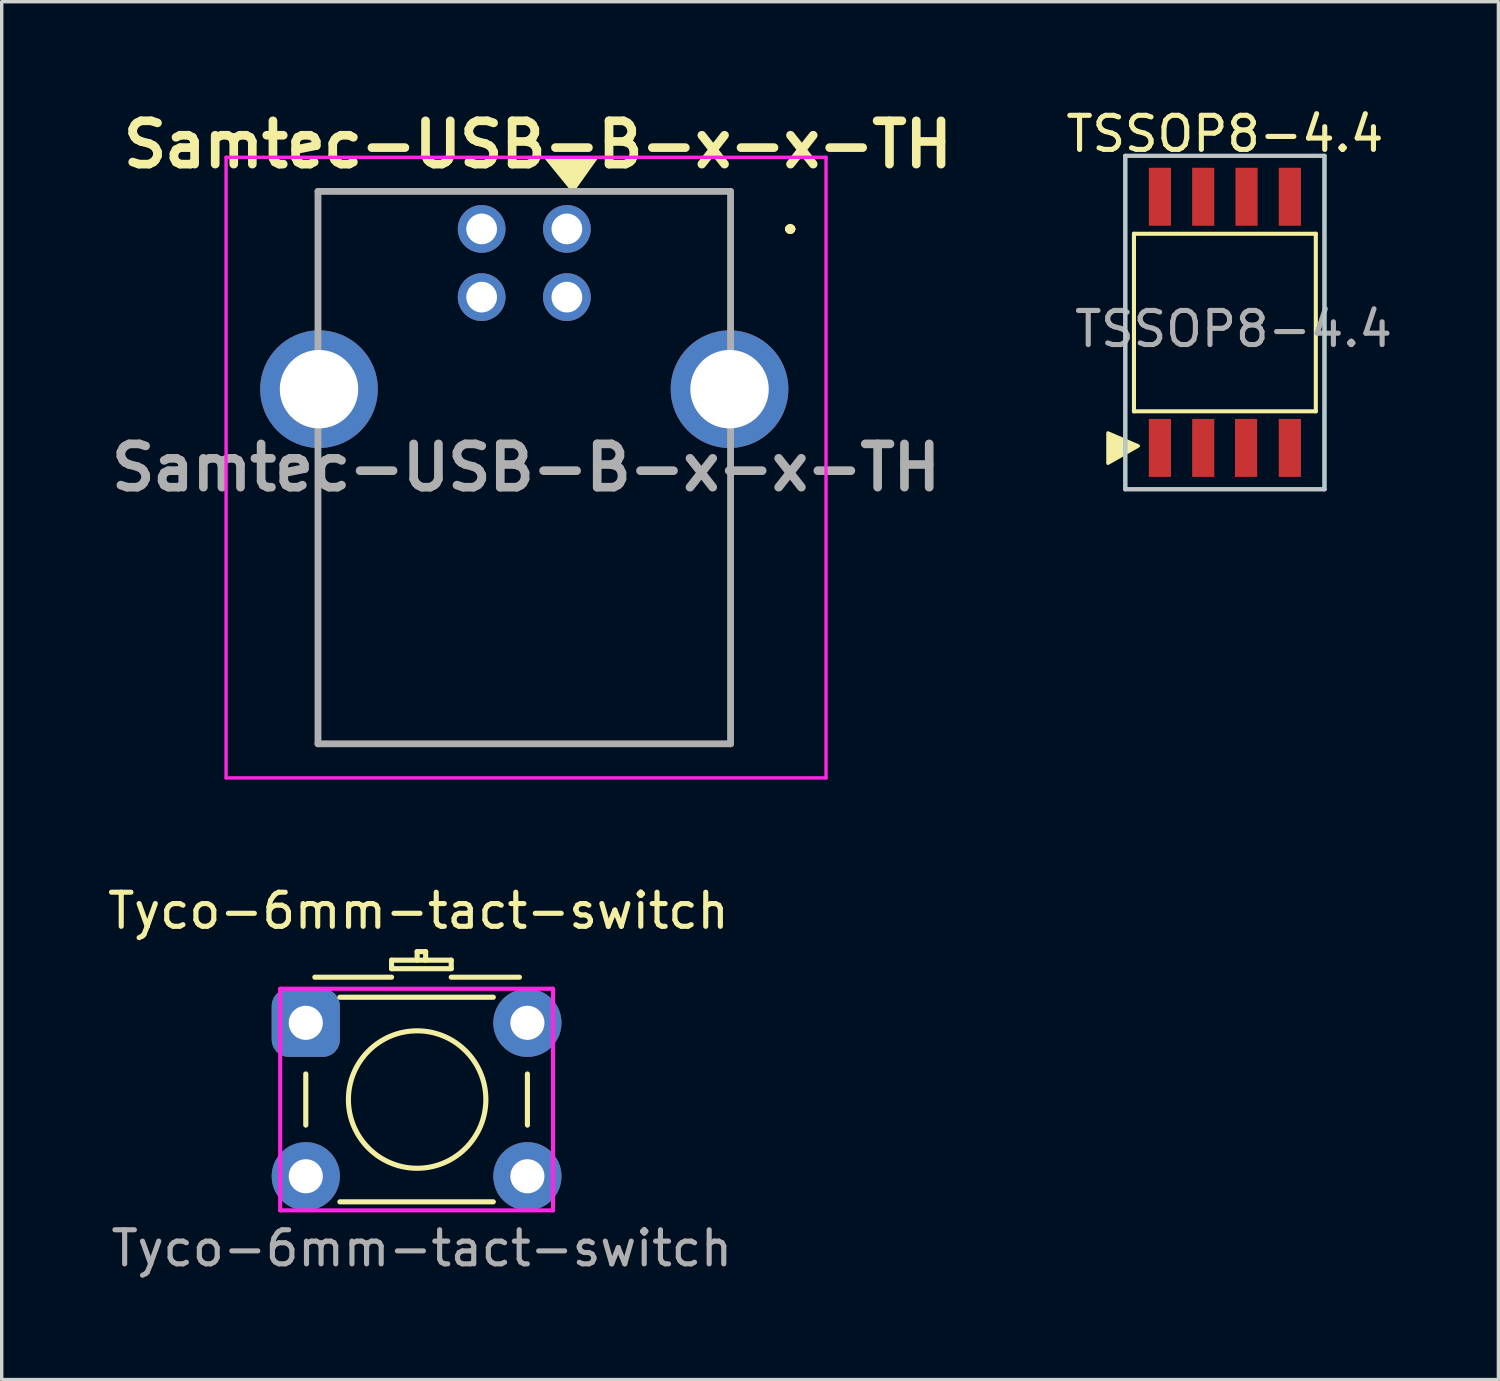
<source format=kicad_pcb>
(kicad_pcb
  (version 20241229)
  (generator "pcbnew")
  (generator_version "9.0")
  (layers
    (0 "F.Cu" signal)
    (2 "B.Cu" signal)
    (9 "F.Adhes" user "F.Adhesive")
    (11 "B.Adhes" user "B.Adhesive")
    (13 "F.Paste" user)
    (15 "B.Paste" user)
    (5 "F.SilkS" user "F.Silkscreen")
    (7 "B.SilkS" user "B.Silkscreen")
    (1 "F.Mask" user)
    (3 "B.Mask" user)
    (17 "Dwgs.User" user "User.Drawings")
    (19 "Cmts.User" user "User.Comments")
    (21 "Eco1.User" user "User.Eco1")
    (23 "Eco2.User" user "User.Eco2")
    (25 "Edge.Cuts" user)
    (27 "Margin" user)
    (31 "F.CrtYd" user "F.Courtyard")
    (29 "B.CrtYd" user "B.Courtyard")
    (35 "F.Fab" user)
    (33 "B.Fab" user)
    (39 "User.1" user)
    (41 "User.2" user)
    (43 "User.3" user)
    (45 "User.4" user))
  (footprint "Tyco-6mm-tact-switch"
    (layer "F.Cu")
    (at 9.22 29.162)
    (property "Reference" "Tyco-6mm-tact-switch" (at 0 -5.5 180) (layer "F.SilkS") (effects (font (size 1 1) (thickness 0.15))))
    (attr through_hole)
    (fp_line (start -3.302 0.786) (end -3.302 -0.714) (stroke (width 0.15) (type solid)) (layer "F.SilkS"))
    (fp_line (start -3.036 -3.552) (end -0.786 -3.552) (stroke (width 0.15) (type solid)) (layer "F.SilkS"))
    (fp_line (start -2.302 -2.964) (end 2.198 -2.964) (stroke (width 0.15) (type solid)) (layer "F.SilkS"))
    (fp_line (start -2.302 3.036) (end 2.198 3.036) (stroke (width 0.15) (type solid)) (layer "F.SilkS"))
    (fp_line (start -0.786 -4.052) (end -0.786 -3.802) (stroke (width 0.15) (type solid)) (layer "F.SilkS"))
    (fp_line (start -0.786 -4.052) (end 0.964 -4.052) (stroke (width 0.15) (type solid)) (layer "F.SilkS"))
    (fp_line (start -0.786 -3.802) (end 0.964 -3.802) (stroke (width 0.15) (type solid)) (layer "F.SilkS"))
    (fp_line (start -0.036 -4.302) (end 0.214 -4.302) (stroke (width 0.15) (type solid)) (layer "F.SilkS"))
    (fp_line (start -0.036 -4.052) (end -0.036 -4.302) (stroke (width 0.15) (type solid)) (layer "F.SilkS"))
    (fp_line (start 0.214 -4.302) (end 0.214 -4.052) (stroke (width 0.15) (type solid)) (layer "F.SilkS"))
    (fp_line (start 0.964 -3.802) (end 0.964 -4.052) (stroke (width 0.15) (type solid)) (layer "F.SilkS"))
    (fp_line (start 0.964 -3.552) (end 2.964 -3.552) (stroke (width 0.15) (type solid)) (layer "F.SilkS"))
    (fp_line (start 3.198 0.786) (end 3.198 -0.714) (stroke (width 0.15) (type solid)) (layer "F.SilkS"))
    (fp_circle (center -0.036 0.036) (end -2.036 -0.214) (stroke (width 0.15) (type solid)) (fill no) (layer "F.SilkS"))
    (fp_line (start -4.052 -3.214) (end 3.948 -3.214) (stroke (width 0.12) (type solid)) (layer "F.CrtYd"))
    (fp_line (start -4.052 -2.964) (end -4.052 -3.214) (stroke (width 0.12) (type solid)) (layer "F.CrtYd"))
    (fp_line (start -4.052 3.286) (end -4.052 -2.964) (stroke (width 0.12) (type solid)) (layer "F.CrtYd"))
    (fp_line (start 3.948 -3.214) (end 3.948 3.286) (stroke (width 0.12) (type solid)) (layer "F.CrtYd"))
    (fp_line (start 3.948 3.286) (end -4.052 3.286) (stroke (width 0.12) (type solid)) (layer "F.CrtYd"))
    (fp_text user "${REFERENCE}" (at 0.1 4.4 180) (layer "F.Fab") (effects (font (size 1 1) (thickness 0.15))))
    (pad "1" thru_hole roundrect (at -3.302 -2.214 180) (size 2 2) (drill 1) (layers "*.Cu" "*.Mask") (roundrect_rratio 0.25))
    (pad "2" thru_hole circle (at 3.198 -2.214 180) (size 2 2) (drill 1) (layers "*.Cu" "*.Mask"))
    (pad "3" thru_hole circle (at -3.302 2.286 180) (size 2 2) (drill 1) (layers "*.Cu" "*.Mask"))
    (pad "4" thru_hole circle (at 3.198 2.286 180) (size 2 2) (drill 1) (layers "*.Cu" "*.Mask")))
  (footprint "Samtec-USB-B-x-x-TH"
    (layer "F.Cu")
    (at 13.576 3.664)
    (property "Reference" "Samtec-USB-B-x-x-TH" (at -0.85 -2.475 0) (layer "F.SilkS") (effects (font (size 1.27 1.27) (thickness 0.254))))
    (attr through_hole)
    (fp_line (start -7.3 -1.1) (end -7.3 -1.1) (stroke (width 0.1) (type solid)) (layer "F.SilkS"))
    (fp_line (start -7.3 -1.1) (end -7.3 -1.1) (stroke (width 0.1) (type solid)) (layer "F.SilkS"))
    (fp_line (start -7.3 -1.1) (end -7.3 2.25) (stroke (width 0.1) (type solid)) (layer "F.SilkS"))
    (fp_line (start -7.3 -1.1) (end 4.8 -1.1) (stroke (width 0.1) (type solid)) (layer "F.SilkS"))
    (fp_line (start -7.3 2.25) (end -7.3 -1.1) (stroke (width 0.1) (type solid)) (layer "F.SilkS"))
    (fp_line (start -7.3 2.25) (end -7.3 2.25) (stroke (width 0.1) (type solid)) (layer "F.SilkS"))
    (fp_line (start -7.3 7) (end -7.3 7) (stroke (width 0.1) (type solid)) (layer "F.SilkS"))
    (fp_line (start -7.3 7) (end -7.3 15.1) (stroke (width 0.1) (type solid)) (layer "F.SilkS"))
    (fp_line (start -7.3 15.1) (end -7.3 7) (stroke (width 0.1) (type solid)) (layer "F.SilkS"))
    (fp_line (start -7.3 15.1) (end -7.3 15.1) (stroke (width 0.1) (type solid)) (layer "F.SilkS"))
    (fp_line (start -7.3 15.1) (end -7.3 15.1) (stroke (width 0.1) (type solid)) (layer "F.SilkS"))
    (fp_line (start -7.3 15.1) (end 4.8 15.1) (stroke (width 0.1) (type solid)) (layer "F.SilkS"))
    (fp_line (start 4.8 -1.1) (end -7.3 -1.1) (stroke (width 0.1) (type solid)) (layer "F.SilkS"))
    (fp_line (start 4.8 -1.1) (end 4.8 -1.1) (stroke (width 0.1) (type solid)) (layer "F.SilkS"))
    (fp_line (start 4.8 -1.1) (end 4.8 -1.1) (stroke (width 0.1) (type solid)) (layer "F.SilkS"))
    (fp_line (start 4.8 -1.1) (end 4.8 2.25) (stroke (width 0.1) (type solid)) (layer "F.SilkS"))
    (fp_line (start 4.8 2.25) (end 4.8 -1.1) (stroke (width 0.1) (type solid)) (layer "F.SilkS"))
    (fp_line (start 4.8 2.25) (end 4.8 2.25) (stroke (width 0.1) (type solid)) (layer "F.SilkS"))
    (fp_line (start 4.8 7) (end 4.8 7) (stroke (width 0.1) (type solid)) (layer "F.SilkS"))
    (fp_line (start 4.8 7) (end 4.8 15.1) (stroke (width 0.1) (type solid)) (layer "F.SilkS"))
    (fp_line (start 4.8 15.1) (end -7.3 15.1) (stroke (width 0.1) (type solid)) (layer "F.SilkS"))
    (fp_line (start 4.8 15.1) (end 4.8 7) (stroke (width 0.1) (type solid)) (layer "F.SilkS"))
    (fp_line (start 4.8 15.1) (end 4.8 15.1) (stroke (width 0.1) (type solid)) (layer "F.SilkS"))
    (fp_line (start 4.8 15.1) (end 4.8 15.1) (stroke (width 0.1) (type solid)) (layer "F.SilkS"))
    (fp_line (start 6.5 0) (end 6.5 0) (stroke (width 0.2) (type solid)) (layer "F.SilkS"))
    (fp_line (start 6.5 0) (end 6.5 0) (stroke (width 0.2) (type solid)) (layer "F.SilkS"))
    (fp_line (start 6.6 0) (end 6.6 0) (stroke (width 0.2) (type solid)) (layer "F.SilkS"))
    (fp_arc (start 6.5 0) (mid 6.55 -0.05) (end 6.6 0) (stroke (width 0.2) (type solid)) (layer "F.SilkS"))
    (fp_arc (start 6.6 0) (mid 6.55 0.05) (end 6.5 0) (stroke (width 0.2) (type solid)) (layer "F.SilkS"))
    (fp_arc (start 6.6 0) (mid 6.55 0.05) (end 6.5 0) (stroke (width 0.2) (type solid)) (layer "F.SilkS"))
    (fp_poly (pts (xy 0.175 -1.125) (xy -0.6 -2.075) (xy 0.85 -2.075)) (stroke (width 0.1) (type solid)) (fill yes) (layer "F.SilkS"))
    (fp_line (start -9.995 -2.1) (end 7.6 -2.1) (stroke (width 0.1) (type solid)) (layer "F.CrtYd"))
    (fp_line (start -9.995 16.1) (end -9.995 -2.1) (stroke (width 0.1) (type solid)) (layer "F.CrtYd"))
    (fp_line (start 7.6 -2.1) (end 7.6 16.1) (stroke (width 0.1) (type solid)) (layer "F.CrtYd"))
    (fp_line (start 7.6 16.1) (end -9.995 16.1) (stroke (width 0.1) (type solid)) (layer "F.CrtYd"))
    (fp_line (start -7.3 -1.1) (end -7.3 15.1) (stroke (width 0.2) (type solid)) (layer "F.Fab"))
    (fp_line (start -7.3 15.1) (end 4.8 15.1) (stroke (width 0.2) (type solid)) (layer "F.Fab"))
    (fp_line (start 4.8 -1.1) (end -7.3 -1.1) (stroke (width 0.2) (type solid)) (layer "F.Fab"))
    (fp_line (start 4.8 15.1) (end 4.8 -1.1) (stroke (width 0.2) (type solid)) (layer "F.Fab"))
    (fp_text user "${REFERENCE}" (at -1.197 7 0) (layer "F.Fab") (effects (font (size 1.27 1.27) (thickness 0.254))))
    (pad "1" thru_hole circle (at 0 0) (size 1.4 1.4) (drill 0.9) (layers "*.Cu" "*.Mask"))
    (pad "2" thru_hole circle (at -2.5 0) (size 1.4 1.4) (drill 0.9) (layers "*.Cu" "*.Mask"))
    (pad "3" thru_hole circle (at -2.5 2) (size 1.4 1.4) (drill 0.9) (layers "*.Cu" "*.Mask"))
    (pad "4" thru_hole circle (at 0 2) (size 1.4 1.4) (drill 0.9) (layers "*.Cu" "*.Mask"))
    (pad "MH1" thru_hole circle (at -7.27 4.7) (size 3.45 3.45) (drill 2.3) (layers "*.Cu" "*.Mask"))
    (pad "MH2" thru_hole circle (at 4.77 4.7) (size 3.45 3.45) (drill 2.3) (layers "*.Cu" "*.Mask")))
  (footprint "TSSOP8-4.4"
    (layer "F.Cu")
    (at 32.874 0.25)
    (property "Reference" "TSSOP8-4.4" (at 0 0.627 0) (layer "F.SilkS") (effects (font (size 1 1) (thickness 0.15))))
    (attr through_hole)
    (fp_line (start -2.667 3.556) (end -2.667 8.763) (stroke (width 0.12) (type solid)) (layer "F.SilkS"))
    (fp_line (start -2.667 3.556) (end 2.667 3.556) (stroke (width 0.12) (type solid)) (layer "F.SilkS"))
    (fp_line (start 2.667 3.556) (end 2.667 8.763) (stroke (width 0.12) (type solid)) (layer "F.SilkS"))
    (fp_line (start 2.667 8.763) (end -2.667 8.763) (stroke (width 0.12) (type solid)) (layer "F.SilkS"))
    (fp_poly (pts (xy -2.54 9.779) (xy -3.429 10.287) (xy -3.429 9.398)) (stroke (width 0.1) (type solid)) (fill yes) (layer "F.SilkS"))
    (fp_line (start -2.921 1.27) (end 2.921 1.27) (stroke (width 0.12) (type solid)) (layer "Dwgs.User"))
    (fp_line (start -2.921 11.049) (end -2.921 1.27) (stroke (width 0.12) (type solid)) (layer "Dwgs.User"))
    (fp_line (start 2.921 1.27) (end 2.921 11.049) (stroke (width 0.12) (type solid)) (layer "Dwgs.User"))
    (fp_line (start 2.921 11.049) (end -2.921 11.049) (stroke (width 0.12) (type solid)) (layer "Dwgs.User"))
    (fp_line (start -2.921 1.27) (end 2.921 1.27) (stroke (width 0.12) (type solid)) (layer "B.CrtYd"))
    (fp_line (start -2.921 11.049) (end -2.921 1.27) (stroke (width 0.12) (type solid)) (layer "B.CrtYd"))
    (fp_line (start 2.921 1.27) (end 2.921 11.049) (stroke (width 0.12) (type solid)) (layer "B.CrtYd"))
    (fp_line (start 2.921 11.049) (end -2.921 11.049) (stroke (width 0.12) (type solid)) (layer "B.CrtYd"))
    (fp_text user "${REFERENCE}" (at 0.254 6.35 0) (layer "F.Fab") (effects (font (size 1 1) (thickness 0.15))))
    (pad "1" smd rect (at -1.905 9.837) (size 0.65 1.7) (layers "F.Cu" "F.Mask" "F.Paste"))
    (pad "2" smd rect (at -0.635 9.837) (size 0.65 1.7) (layers "F.Cu" "F.Mask" "F.Paste"))
    (pad "3" smd rect (at 0.622 9.837) (size 0.65 1.7) (layers "F.Cu" "F.Mask" "F.Paste"))
    (pad "4" smd rect (at 1.905 9.837) (size 0.65 1.7) (layers "F.Cu" "F.Mask" "F.Paste"))
    (pad "5" smd rect (at 1.905 2.471) (size 0.65 1.7) (layers "F.Cu" "F.Mask" "F.Paste"))
    (pad "6" smd rect (at 0.635 2.471) (size 0.65 1.7) (layers "F.Cu" "F.Mask" "F.Paste"))
    (pad "7" smd rect (at -0.635 2.471) (size 0.65 1.7) (layers "F.Cu" "F.Mask" "F.Paste"))
    (pad "8" smd rect (at -1.905 2.471) (size 0.65 1.7) (layers "F.Cu" "F.Mask" "F.Paste")))
  (gr_rect
    (start -3 -3)
    (end 40.896 37.41)
    (stroke (width 0.1) (type default))
    (fill no)
    (layer "Edge.Cuts")))
</source>
